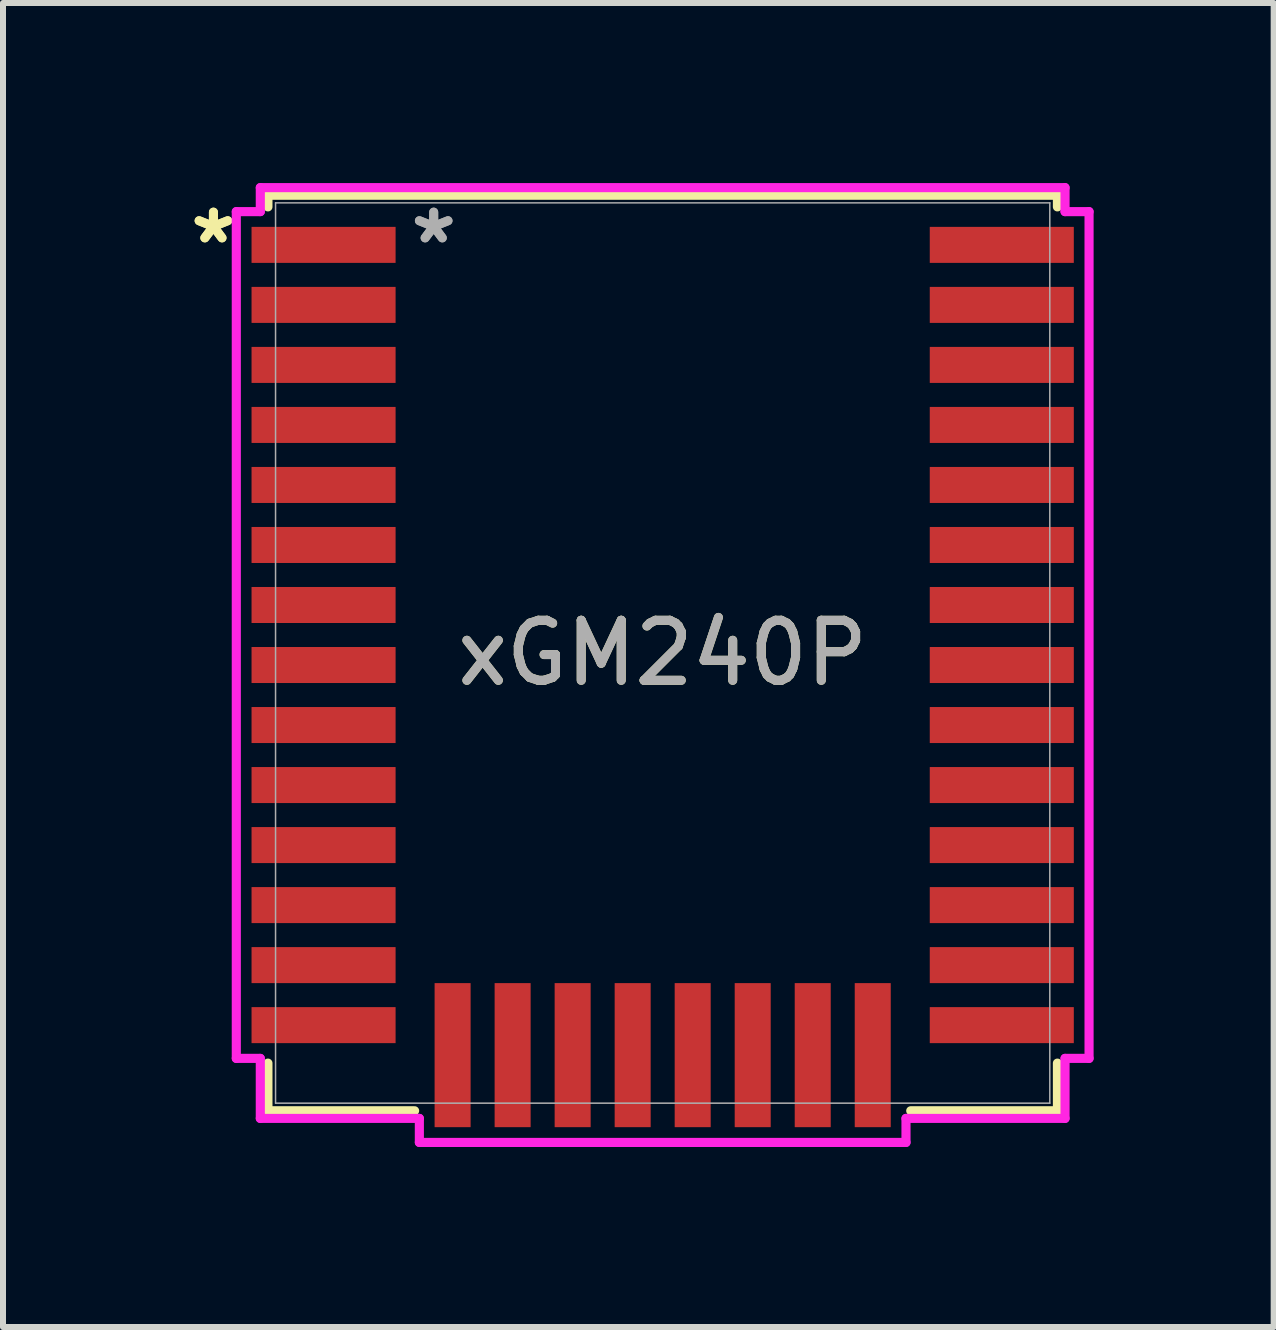
<source format=kicad_pcb>
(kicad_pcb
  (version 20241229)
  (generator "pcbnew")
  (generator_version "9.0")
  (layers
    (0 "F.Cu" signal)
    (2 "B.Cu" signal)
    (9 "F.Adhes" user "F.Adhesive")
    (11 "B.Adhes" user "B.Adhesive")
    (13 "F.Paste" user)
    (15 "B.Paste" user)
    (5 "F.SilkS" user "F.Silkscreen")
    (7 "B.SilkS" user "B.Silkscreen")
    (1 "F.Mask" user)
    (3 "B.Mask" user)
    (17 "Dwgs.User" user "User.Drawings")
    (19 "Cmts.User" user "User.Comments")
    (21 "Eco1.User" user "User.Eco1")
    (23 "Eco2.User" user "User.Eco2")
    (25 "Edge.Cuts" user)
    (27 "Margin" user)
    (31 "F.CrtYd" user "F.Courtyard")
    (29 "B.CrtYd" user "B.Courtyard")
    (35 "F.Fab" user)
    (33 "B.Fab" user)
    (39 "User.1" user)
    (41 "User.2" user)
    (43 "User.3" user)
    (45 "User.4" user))
  (footprint "xGM240P"
    (layer "F.Cu")
    (at 7.991 7.83)
    (property "Reference" "xGM240P" (at 0 0 0) (unlocked yes) (layer "F.SilkS") (effects (font (size 1 1) (thickness 0.15))))
    (attr smd)
    (fp_line (start -6.577 -7.627) (end 6.577 -7.627) (stroke (width 0.152) (type solid)) (layer "F.SilkS"))
    (fp_line (start -6.577 -7.433) (end -6.577 -7.627) (stroke (width 0.152) (type solid)) (layer "F.SilkS"))
    (fp_line (start -6.577 7.627) (end -6.577 6.833) (stroke (width 0.152) (type solid)) (layer "F.SilkS"))
    (fp_line (start -4.133 7.627) (end -6.577 7.627) (stroke (width 0.152) (type solid)) (layer "F.SilkS"))
    (fp_line (start 6.577 -7.627) (end 6.577 -7.433) (stroke (width 0.152) (type solid)) (layer "F.SilkS"))
    (fp_line (start 6.577 6.833) (end 6.577 7.627) (stroke (width 0.152) (type solid)) (layer "F.SilkS"))
    (fp_line (start 6.577 7.627) (end 4.133 7.627) (stroke (width 0.152) (type solid)) (layer "F.SilkS"))
    (fp_line (start -7.104 -7.354) (end -7.104 6.754) (stroke (width 0.152) (type solid)) (layer "F.CrtYd"))
    (fp_line (start -7.104 6.754) (end -6.704 6.754) (stroke (width 0.152) (type solid)) (layer "F.CrtYd"))
    (fp_line (start -6.704 -7.754) (end -6.704 -7.354) (stroke (width 0.152) (type solid)) (layer "F.CrtYd"))
    (fp_line (start -6.704 -7.354) (end -7.104 -7.354) (stroke (width 0.152) (type solid)) (layer "F.CrtYd"))
    (fp_line (start -6.704 6.754) (end -6.704 7.754) (stroke (width 0.152) (type solid)) (layer "F.CrtYd"))
    (fp_line (start -6.704 7.754) (end -4.054 7.754) (stroke (width 0.152) (type solid)) (layer "F.CrtYd"))
    (fp_line (start -4.054 7.754) (end -4.054 8.154) (stroke (width 0.152) (type solid)) (layer "F.CrtYd"))
    (fp_line (start -4.054 8.154) (end 4.054 8.154) (stroke (width 0.152) (type solid)) (layer "F.CrtYd"))
    (fp_line (start 4.054 7.754) (end 6.704 7.754) (stroke (width 0.152) (type solid)) (layer "F.CrtYd"))
    (fp_line (start 4.054 8.154) (end 4.054 7.754) (stroke (width 0.152) (type solid)) (layer "F.CrtYd"))
    (fp_line (start 6.704 -7.754) (end -6.704 -7.754) (stroke (width 0.152) (type solid)) (layer "F.CrtYd"))
    (fp_line (start 6.704 -7.354) (end 6.704 -7.754) (stroke (width 0.152) (type solid)) (layer "F.CrtYd"))
    (fp_line (start 6.704 6.754) (end 7.104 6.754) (stroke (width 0.152) (type solid)) (layer "F.CrtYd"))
    (fp_line (start 6.704 7.754) (end 6.704 6.754) (stroke (width 0.152) (type solid)) (layer "F.CrtYd"))
    (fp_line (start 7.104 -7.354) (end 6.704 -7.354) (stroke (width 0.152) (type solid)) (layer "F.CrtYd"))
    (fp_line (start 7.104 6.754) (end 7.104 -7.354) (stroke (width 0.152) (type solid)) (layer "F.CrtYd"))
    (fp_line (start -6.45 -7.5) (end -6.45 7.5) (stroke (width 0.025) (type solid)) (layer "F.Fab"))
    (fp_line (start -6.45 7.5) (end 6.45 7.5) (stroke (width 0.025) (type solid)) (layer "F.Fab"))
    (fp_line (start 6.45 -7.5) (end -6.45 -7.5) (stroke (width 0.025) (type solid)) (layer "F.Fab"))
    (fp_line (start 6.45 7.5) (end 6.45 -7.5) (stroke (width 0.025) (type solid)) (layer "F.Fab"))
    (fp_text user "*" (at -7.485 -6.8 0) (unlocked yes) (layer "F.SilkS") (effects (font (size 1 1) (thickness 0.15))))
    (fp_text user "*" (at -7.485 -6.8 0) (layer "F.SilkS") (effects (font (size 1 1) (thickness 0.15))))
    (fp_text user "${REFERENCE}" (at 0 0 0) (unlocked yes) (layer "F.Fab") (effects (font (size 1 1) (thickness 0.15))))
    (fp_text user "*" (at -3.815 -6.8 0) (unlocked yes) (layer "F.Fab") (effects (font (size 1 1) (thickness 0.15))))
    (fp_text user "*" (at -3.815 -6.8 0) (layer "F.Fab") (effects (font (size 1 1) (thickness 0.15))))
    (pad "1" smd rect (at -5.65 -6.8) (size 2.4 0.6) (layers "F.Cu" "F.Mask" "F.Paste"))
    (pad "2" smd rect (at -5.65 -5.8) (size 2.4 0.6) (layers "F.Cu" "F.Mask" "F.Paste"))
    (pad "3" smd rect (at -5.65 -4.8) (size 2.4 0.6) (layers "F.Cu" "F.Mask" "F.Paste"))
    (pad "4" smd rect (at -5.65 -3.8) (size 2.4 0.6) (layers "F.Cu" "F.Mask" "F.Paste"))
    (pad "5" smd rect (at -5.65 -2.8) (size 2.4 0.6) (layers "F.Cu" "F.Mask" "F.Paste"))
    (pad "6" smd rect (at -5.65 -1.8) (size 2.4 0.6) (layers "F.Cu" "F.Mask" "F.Paste"))
    (pad "7" smd rect (at -5.65 -0.8) (size 2.4 0.6) (layers "F.Cu" "F.Mask" "F.Paste"))
    (pad "8" smd rect (at -5.65 0.2) (size 2.4 0.6) (layers "F.Cu" "F.Mask" "F.Paste"))
    (pad "9" smd rect (at -5.65 1.2) (size 2.4 0.6) (layers "F.Cu" "F.Mask" "F.Paste"))
    (pad "10" smd rect (at -5.65 2.2) (size 2.4 0.6) (layers "F.Cu" "F.Mask" "F.Paste"))
    (pad "11" smd rect (at -5.65 3.2) (size 2.4 0.6) (layers "F.Cu" "F.Mask" "F.Paste"))
    (pad "12" smd rect (at -5.65 4.2) (size 2.4 0.6) (layers "F.Cu" "F.Mask" "F.Paste"))
    (pad "13" smd rect (at -5.65 5.2) (size 2.4 0.6) (layers "F.Cu" "F.Mask" "F.Paste"))
    (pad "14" smd rect (at -5.65 6.2) (size 2.4 0.6) (layers "F.Cu" "F.Mask" "F.Paste"))
    (pad "15" smd rect (at -3.5 6.7 90) (size 2.4 0.6) (layers "F.Cu" "F.Mask" "F.Paste"))
    (pad "16" smd rect (at -2.5 6.7 90) (size 2.4 0.6) (layers "F.Cu" "F.Mask" "F.Paste"))
    (pad "17" smd rect (at -1.5 6.7 90) (size 2.4 0.6) (layers "F.Cu" "F.Mask" "F.Paste"))
    (pad "18" smd rect (at -0.5 6.7 90) (size 2.4 0.6) (layers "F.Cu" "F.Mask" "F.Paste"))
    (pad "19" smd rect (at 0.5 6.7 90) (size 2.4 0.6) (layers "F.Cu" "F.Mask" "F.Paste"))
    (pad "20" smd rect (at 1.5 6.7 90) (size 2.4 0.6) (layers "F.Cu" "F.Mask" "F.Paste"))
    (pad "21" smd rect (at 2.5 6.7 90) (size 2.4 0.6) (layers "F.Cu" "F.Mask" "F.Paste"))
    (pad "22" smd rect (at 3.5 6.7 90) (size 2.4 0.6) (layers "F.Cu" "F.Mask" "F.Paste"))
    (pad "23" smd rect (at 5.65 6.2) (size 2.4 0.6) (layers "F.Cu" "F.Mask" "F.Paste"))
    (pad "24" smd rect (at 5.65 5.2) (size 2.4 0.6) (layers "F.Cu" "F.Mask" "F.Paste"))
    (pad "25" smd rect (at 5.65 4.2) (size 2.4 0.6) (layers "F.Cu" "F.Mask" "F.Paste"))
    (pad "26" smd rect (at 5.65 3.2) (size 2.4 0.6) (layers "F.Cu" "F.Mask" "F.Paste"))
    (pad "27" smd rect (at 5.65 2.2) (size 2.4 0.6) (layers "F.Cu" "F.Mask" "F.Paste"))
    (pad "28" smd rect (at 5.65 1.2) (size 2.4 0.6) (layers "F.Cu" "F.Mask" "F.Paste"))
    (pad "29" smd rect (at 5.65 0.2) (size 2.4 0.6) (layers "F.Cu" "F.Mask" "F.Paste"))
    (pad "30" smd rect (at 5.65 -0.8) (size 2.4 0.6) (layers "F.Cu" "F.Mask" "F.Paste"))
    (pad "31" smd rect (at 5.65 -1.8) (size 2.4 0.6) (layers "F.Cu" "F.Mask" "F.Paste"))
    (pad "32" smd rect (at 5.65 -2.8) (size 2.4 0.6) (layers "F.Cu" "F.Mask" "F.Paste"))
    (pad "33" smd rect (at 5.65 -3.8) (size 2.4 0.6) (layers "F.Cu" "F.Mask" "F.Paste"))
    (pad "34" smd rect (at 5.65 -4.8) (size 2.4 0.6) (layers "F.Cu" "F.Mask" "F.Paste"))
    (pad "35" smd rect (at 5.65 -5.8) (size 2.4 0.6) (layers "F.Cu" "F.Mask" "F.Paste"))
    (pad "36" smd rect (at 5.65 -6.8) (size 2.4 0.6) (layers "F.Cu" "F.Mask" "F.Paste"))
    (zone (net_name "") (layer "F.Cu") (hatch full 0.508) (connect_pads) (min_thickness 0.254) (filled_areas_thickness no) (keepout (tracks not_allowed) (vias not_allowed) (pads allowed) (copperpour not_allowed) (footprints allowed)) (placement (enabled no)) (fill) (polygon (pts (xy 12.391 0.33) (xy 3.591 0.33) (xy 3.591 5.13) (xy 12.391 5.13)))))
  (gr_rect
    (start -3 -3)
    (end 18.171 19.06)
    (stroke (width 0.1) (type default))
    (fill no)
    (layer "Edge.Cuts")))
</source>
